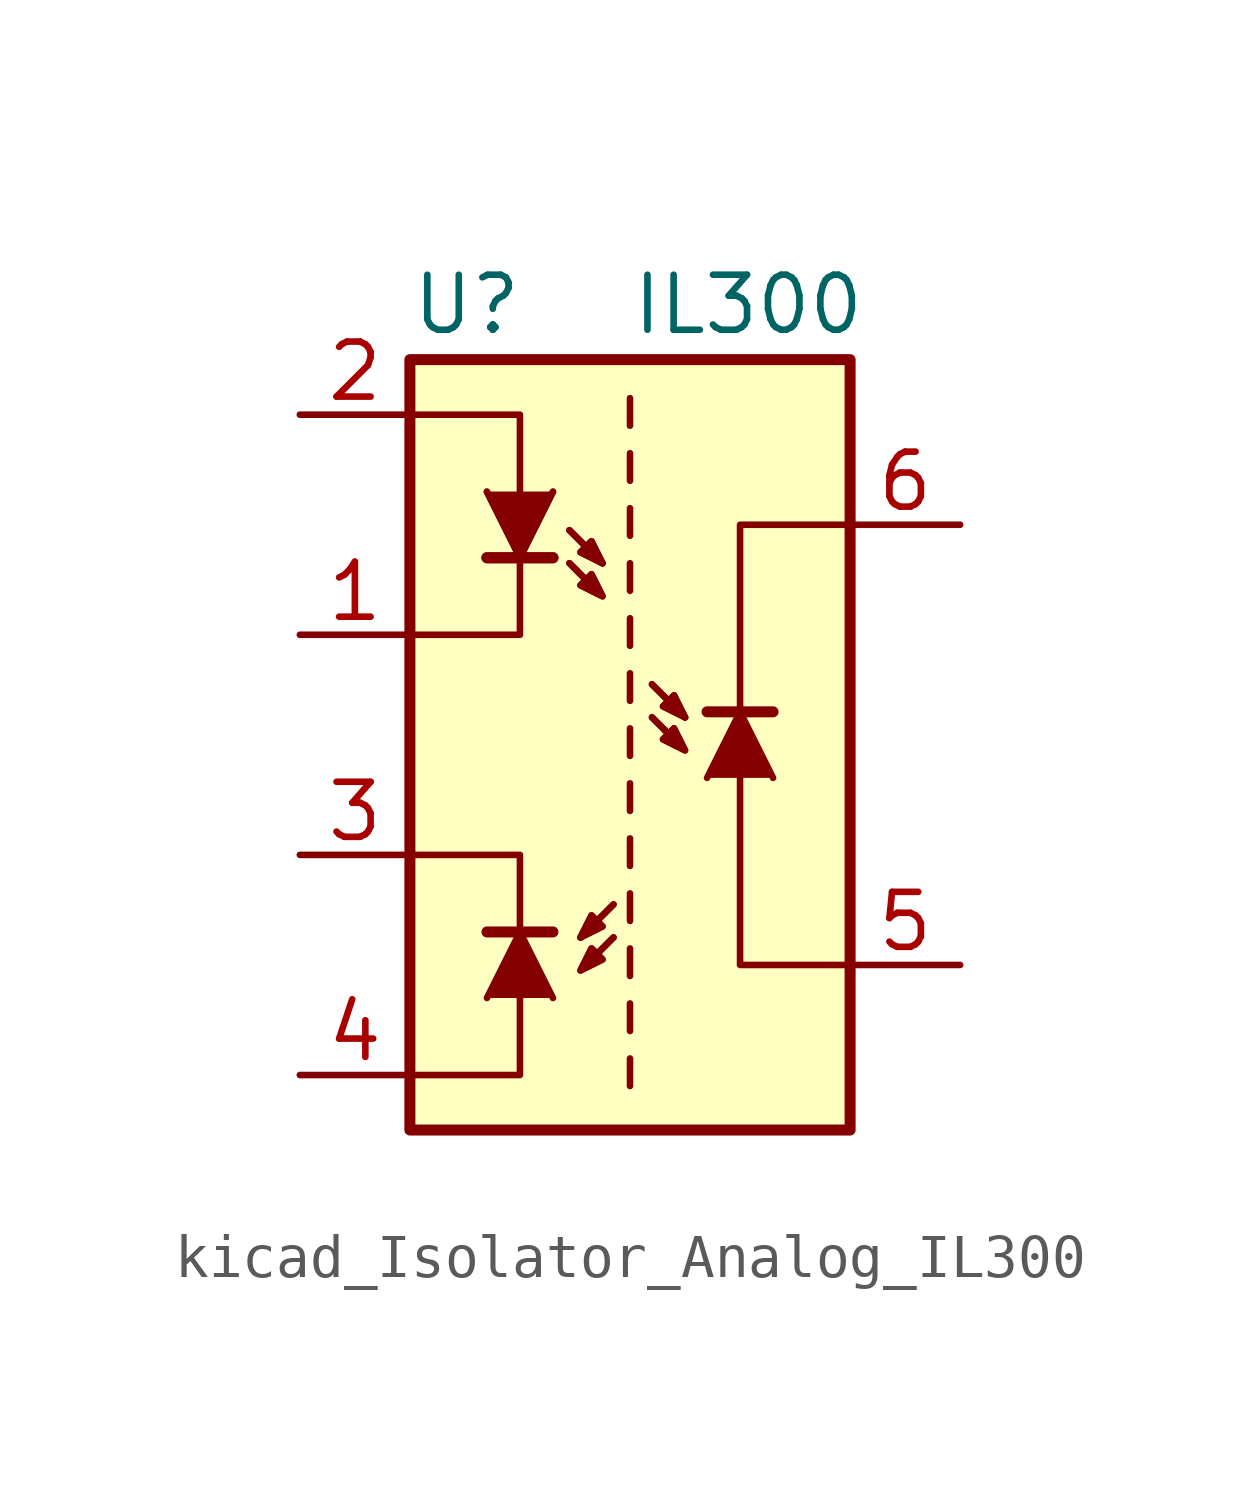
<source format=kicad_sym>
(kicad_symbol_lib
  (version 20220914)
  (generator kicad_symbol_editor)
  (symbol "kicad_Isolator_Analog_IL300"
    (pin_names
      (offset 1.016))
    (property "Reference" "U"
      (at -5.08 10.16 0)
      (effects (font (size 1.27 1.27)) (justify left)))
    (property "Value" "IL300"
      (at 0 10.16 0)
      (effects (font (size 1.27 1.27)) (justify left)))
    (symbol "kicad_Isolator_Analog_IL300_0_1"
      (rectangle (start -5.08 8.89) (end 5.08 -8.89) (stroke (width 0.254) (type default)) (fill (type background)))
      (polyline (pts (xy -3.302 -4.318) (xy -1.778 -4.318)) (stroke (width 0.254) (type default)) (fill (type none)))
      (polyline (pts (xy -1.778 4.318) (xy -3.302 4.318)) (stroke (width 0.254) (type default)) (fill (type none)))
      (polyline (pts (xy -1.778 4.318) (xy -3.302 4.318)) (stroke (width 0.254) (type default)) (fill (type none)))
      (polyline (pts (xy 0 -7.239) (xy 0 -7.874)) (stroke (width 0) (type default)) (fill (type none)))
      (polyline (pts (xy 0 -5.969) (xy 0 -6.604)) (stroke (width 0) (type default)) (fill (type none)))
      (polyline (pts (xy 0 -4.699) (xy 0 -5.334)) (stroke (width 0) (type default)) (fill (type none)))
      (polyline (pts (xy 0 -3.429) (xy 0 -4.064)) (stroke (width 0) (type default)) (fill (type none)))
      (polyline (pts (xy 0 -2.159) (xy 0 -2.794)) (stroke (width 0) (type default)) (fill (type none)))
      (polyline (pts (xy 0 -0.889) (xy 0 -1.524)) (stroke (width 0) (type default)) (fill (type none)))
      (polyline (pts (xy 0 0.381) (xy 0 -0.254)) (stroke (width 0) (type default)) (fill (type none)))
      (polyline (pts (xy 0 1.651) (xy 0 1.016)) (stroke (width 0) (type default)) (fill (type none)))
      (polyline (pts (xy 0 2.921) (xy 0 2.286)) (stroke (width 0) (type default)) (fill (type none)))
      (polyline (pts (xy 0 4.191) (xy 0 3.556)) (stroke (width 0) (type default)) (fill (type none)))
      (polyline (pts (xy 0 5.461) (xy 0 4.826)) (stroke (width 0) (type default)) (fill (type none)))
      (polyline (pts (xy 0 6.731) (xy 0 6.096)) (stroke (width 0) (type default)) (fill (type none)))
      (polyline (pts (xy 0 8.001) (xy 0 7.366)) (stroke (width 0) (type default)) (fill (type none)))
      (polyline (pts (xy 1.778 0.762) (xy 3.302 0.762)) (stroke (width 0.254) (type default)) (fill (type none)))
      (polyline (pts (xy -3.302 -5.842) (xy -2.54 -4.318) (xy -1.778 -5.842)) (stroke (width 0) (type default)) (fill (type outline)))
      (polyline (pts (xy -1.778 5.842) (xy -2.54 4.318) (xy -3.302 5.842)) (stroke (width 0) (type default)) (fill (type outline)))
      (polyline (pts (xy -1.778 5.842) (xy -2.54 4.318) (xy -3.302 5.842)) (stroke (width 0) (type default)) (fill (type outline)))
      (polyline (pts (xy -1.397 4.953) (xy -0.635 4.191) (xy -0.635 4.191)) (stroke (width 0) (type default)) (fill (type none)))
      (polyline (pts (xy -1.397 4.953) (xy -0.635 4.191) (xy -0.635 4.191)) (stroke (width 0) (type default)) (fill (type none)))
      (polyline (pts (xy -0.381 -3.683) (xy -1.143 -4.445) (xy -1.143 -4.445)) (stroke (width 0) (type default)) (fill (type none)))
      (polyline (pts (xy -0.381 -3.683) (xy -1.143 -4.445) (xy -1.143 -4.445)) (stroke (width 0) (type default)) (fill (type none)))
      (polyline (pts (xy 0.508 1.397) (xy 1.27 0.635) (xy 1.27 0.635)) (stroke (width 0) (type default)) (fill (type none)))
      (polyline (pts (xy 0.508 1.397) (xy 1.27 0.635) (xy 1.27 0.635)) (stroke (width 0) (type default)) (fill (type none)))
      (polyline (pts (xy 1.778 -0.762) (xy 2.54 0.762) (xy 3.302 -0.762)) (stroke (width 0) (type default)) (fill (type outline)))
      (polyline (pts (xy -5.08 -2.54) (xy -2.54 -2.54) (xy -2.54 -7.62) (xy -5.08 -7.62)) (stroke (width 0) (type default)) (fill (type none)))
      (polyline (pts (xy -5.08 7.62) (xy -2.54 7.62) (xy -2.54 2.54) (xy -5.08 2.54)) (stroke (width 0) (type default)) (fill (type none)))
      (polyline (pts (xy 5.08 5.08) (xy 2.54 5.08) (xy 2.54 -5.08) (xy 5.08 -5.08)) (stroke (width 0) (type default)) (fill (type none)))
      (polyline (pts (xy -1.143 -4.445) (xy -0.889 -3.937) (xy -0.635 -4.191) (xy -1.143 -4.445) (xy -1.143 -4.445)) (stroke (width 0) (type default)) (fill (type none)))
      (polyline (pts (xy -1.143 -4.445) (xy -0.889 -3.937) (xy -0.635 -4.191) (xy -1.143 -4.445) (xy -1.143 -4.445)) (stroke (width 0) (type default)) (fill (type none)))
      (polyline (pts (xy -0.635 4.191) (xy -0.889 4.699) (xy -1.143 4.445) (xy -0.635 4.191) (xy -0.635 4.191)) (stroke (width 0) (type default)) (fill (type none)))
      (polyline (pts (xy -0.635 4.191) (xy -0.889 4.699) (xy -1.143 4.445) (xy -0.635 4.191) (xy -0.635 4.191)) (stroke (width 0) (type default)) (fill (type none)))
      (polyline (pts (xy 1.27 0.635) (xy 1.016 1.143) (xy 0.762 0.889) (xy 1.27 0.635) (xy 1.27 0.635)) (stroke (width 0) (type default)) (fill (type none)))
      (polyline (pts (xy 1.27 0.635) (xy 1.016 1.143) (xy 0.762 0.889) (xy 1.27 0.635) (xy 1.27 0.635)) (stroke (width 0) (type default)) (fill (type none)))
      (polyline (pts (xy -1.397 4.191) (xy -0.635 3.429) (xy -0.889 3.937) (xy -1.143 3.683) (xy -0.635 3.429) (xy -0.635 3.429)) (stroke (width 0) (type default)) (fill (type none)))
      (polyline (pts (xy -1.397 4.191) (xy -0.635 3.429) (xy -0.889 3.937) (xy -1.143 3.683) (xy -0.635 3.429) (xy -0.635 3.429)) (stroke (width 0) (type default)) (fill (type none)))
      (polyline (pts (xy -0.381 -4.445) (xy -1.143 -5.207) (xy -0.889 -4.699) (xy -0.635 -4.953) (xy -1.143 -5.207) (xy -1.143 -5.207)) (stroke (width 0) (type default)) (fill (type none)))
      (polyline (pts (xy -0.381 -4.445) (xy -1.143 -5.207) (xy -0.889 -4.699) (xy -0.635 -4.953) (xy -1.143 -5.207) (xy -1.143 -5.207)) (stroke (width 0) (type default)) (fill (type none)))
      (polyline (pts (xy 0.508 0.635) (xy 1.27 -0.127) (xy 1.016 0.381) (xy 0.762 0.127) (xy 1.27 -0.127) (xy 1.27 -0.127)) (stroke (width 0) (type default)) (fill (type none)))
      (polyline (pts (xy 0.508 0.635) (xy 1.27 -0.127) (xy 1.016 0.381) (xy 0.762 0.127) (xy 1.27 -0.127) (xy 1.27 -0.127)) (stroke (width 0) (type default)) (fill (type none))))
    (symbol "kicad_Isolator_Analog_IL300_1_1"
      (pin passive line (at -7.62 2.54 0) (length 2.54) (name "~" (effects (font (size 1.27 1.27)))) (number "1" (effects (font (size 1.27 1.27)))))
      (pin passive line (at -7.62 7.62 0) (length 2.54) (name "~" (effects (font (size 1.27 1.27)))) (number "2" (effects (font (size 1.27 1.27)))))
      (pin passive line (at -7.62 -2.54 0) (length 2.54) (name "~" (effects (font (size 1.27 1.27)))) (number "3" (effects (font (size 1.27 1.27)))))
      (pin passive line (at -7.62 -7.62 0) (length 2.54) (name "~" (effects (font (size 1.27 1.27)))) (number "4" (effects (font (size 1.27 1.27)))))
      (pin passive line (at 7.62 -5.08 180) (length 2.54) (name "~" (effects (font (size 1.27 1.27)))) (number "5" (effects (font (size 1.27 1.27)))))
      (pin passive line (at 7.62 5.08 180) (length 2.54) (name "~" (effects (font (size 1.27 1.27)))) (number "6" (effects (font (size 1.27 1.27)))))
      (pin no_connect line (at 5.08 2.54 180) (length 2.54) hide (name "NC" (effects (font (size 1.27 1.27)))) (number "7" (effects (font (size 1.27 1.27)))))
      (pin no_connect line (at 5.08 0 180) (length 2.54) hide (name "NC" (effects (font (size 1.27 1.27)))) (number "8" (effects (font (size 1.27 1.27))))))))
</source>
